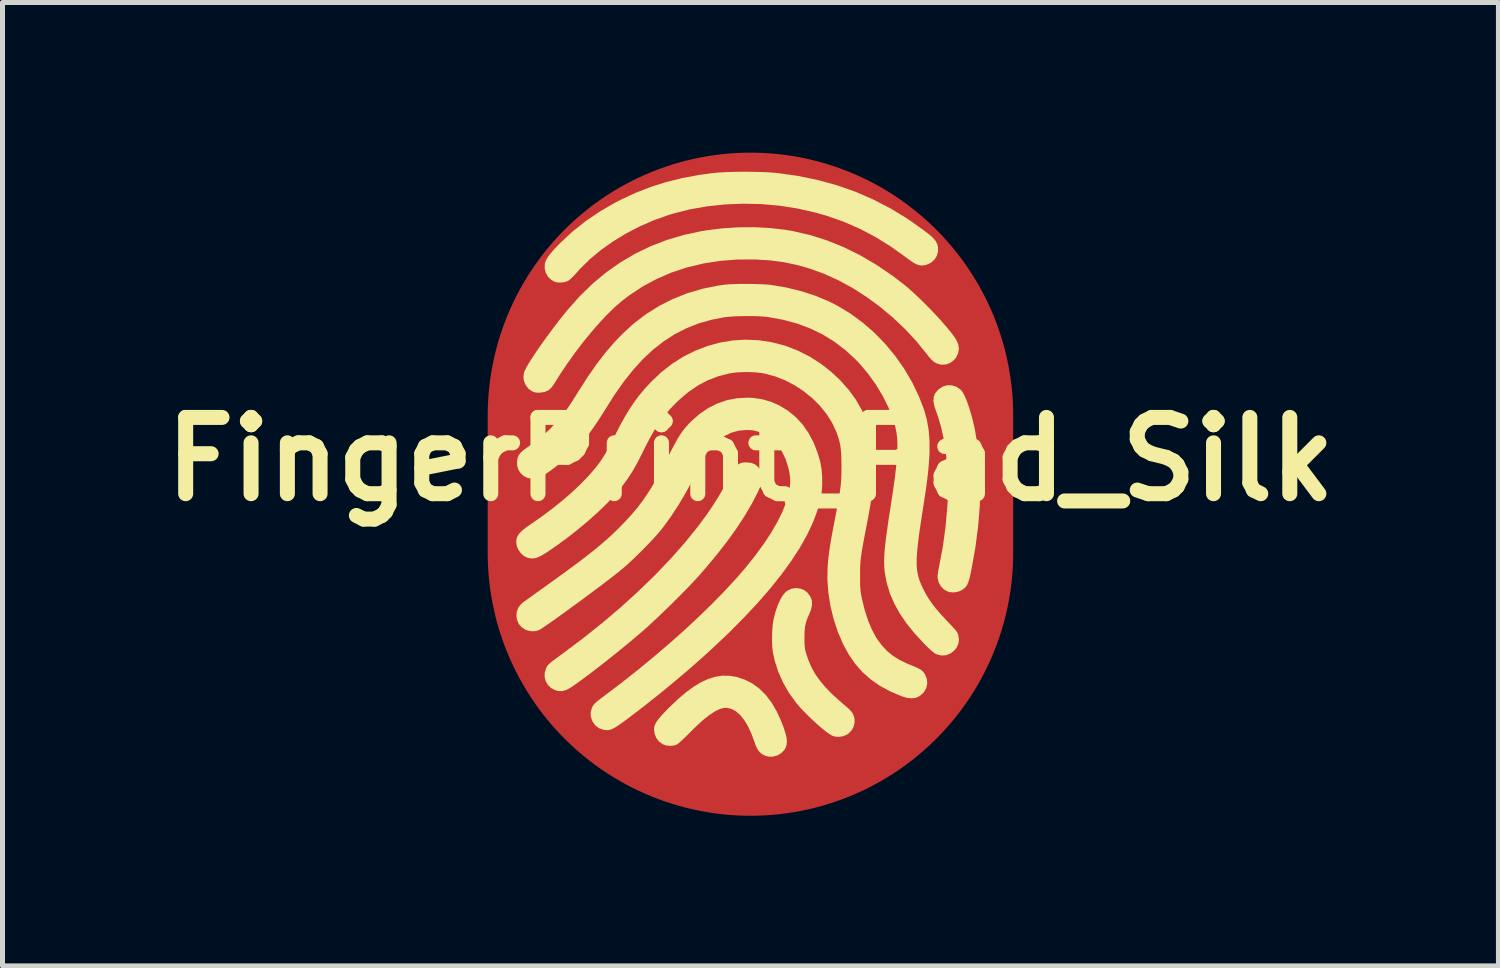
<source format=kicad_pcb>
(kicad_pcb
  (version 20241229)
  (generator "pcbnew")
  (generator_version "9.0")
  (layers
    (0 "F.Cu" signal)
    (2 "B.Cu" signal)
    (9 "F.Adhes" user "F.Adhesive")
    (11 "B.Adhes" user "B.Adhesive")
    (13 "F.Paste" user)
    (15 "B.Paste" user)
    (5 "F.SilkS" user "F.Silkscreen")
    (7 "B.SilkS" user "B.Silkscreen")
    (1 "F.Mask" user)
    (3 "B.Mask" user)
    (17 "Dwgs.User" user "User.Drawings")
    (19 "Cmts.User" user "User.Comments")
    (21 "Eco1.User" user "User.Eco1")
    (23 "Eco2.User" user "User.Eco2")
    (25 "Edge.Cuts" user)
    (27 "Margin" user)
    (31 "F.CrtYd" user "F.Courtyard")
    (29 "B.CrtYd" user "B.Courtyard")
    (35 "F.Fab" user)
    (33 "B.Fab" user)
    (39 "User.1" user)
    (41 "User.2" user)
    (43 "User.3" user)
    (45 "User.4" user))
  (footprint "FingerPrint_Pad_Silk"
    (layer "F.Cu")
    (at 11.945 6.125)
    (property "Reference" "FingerPrint_Pad_Silk" (at 0 0 0) (layer "F.SilkS") (effects (font (size 1.524 1.524) (thickness 0.3))))
    (attr board_only exclude_from_pos_files exclude_from_bom)
    (fp_poly (pts (xy 4.02 -1.476) (xy 4.107 -1.451) (xy 4.186 -1.4) (xy 4.213 -1.374) (xy 4.247 -1.327) (xy 4.284 -1.255) (xy 4.323 -1.163) (xy 4.362 -1.054) (xy 4.4 -0.93) (xy 4.437 -0.798) (xy 4.47 -0.658) (xy 4.486 -0.584) (xy 4.544 -0.231) (xy 4.58 0.139) (xy 4.593 0.524) (xy 4.583 0.923) (xy 4.55 1.335) (xy 4.495 1.761) (xy 4.417 2.197) (xy 4.41 2.234) (xy 4.388 2.334) (xy 4.369 2.41) (xy 4.35 2.467) (xy 4.33 2.511) (xy 4.306 2.547) (xy 4.29 2.566) (xy 4.228 2.615) (xy 4.15 2.648) (xy 4.065 2.662) (xy 3.981 2.657) (xy 3.944 2.646) (xy 3.868 2.604) (xy 3.805 2.54) (xy 3.761 2.463) (xy 3.74 2.377) (xy 3.739 2.352) (xy 3.742 2.311) (xy 3.75 2.251) (xy 3.762 2.18) (xy 3.774 2.12) (xy 3.846 1.737) (xy 3.9 1.336) (xy 3.936 0.919) (xy 3.939 0.87) (xy 3.948 0.606) (xy 3.944 0.341) (xy 3.927 0.079) (xy 3.899 -0.175) (xy 3.859 -0.417) (xy 3.809 -0.644) (xy 3.749 -0.85) (xy 3.708 -0.96) (xy 3.672 -1.07) (xy 3.656 -1.163) (xy 3.662 -1.243) (xy 3.69 -1.314) (xy 3.74 -1.377) (xy 3.766 -1.401) (xy 3.845 -1.452) (xy 3.932 -1.477)) (stroke (width 0) (type solid)) (fill yes) (layer "F.SilkS"))
    (fp_poly (pts (xy -0.424 4.327) (xy -0.285 4.35) (xy -0.281 4.351) (xy -0.114 4.405) (xy 0.04 4.483) (xy 0.181 4.587) (xy 0.31 4.716) (xy 0.427 4.871) (xy 0.531 5.051) (xy 0.619 5.246) (xy 0.668 5.375) (xy 0.702 5.483) (xy 0.722 5.572) (xy 0.728 5.648) (xy 0.721 5.713) (xy 0.701 5.769) (xy 0.678 5.808) (xy 0.618 5.872) (xy 0.542 5.918) (xy 0.457 5.943) (xy 0.371 5.945) (xy 0.308 5.93) (xy 0.241 5.899) (xy 0.188 5.858) (xy 0.145 5.803) (xy 0.108 5.729) (xy 0.08 5.649) (xy 0.018 5.482) (xy -0.05 5.336) (xy -0.124 5.213) (xy -0.204 5.114) (xy -0.287 5.04) (xy -0.375 4.991) (xy -0.464 4.969) (xy -0.531 4.97) (xy -0.615 4.993) (xy -0.711 5.04) (xy -0.819 5.111) (xy -0.941 5.207) (xy -1.075 5.329) (xy -1.199 5.45) (xy -1.266 5.518) (xy -1.33 5.58) (xy -1.387 5.633) (xy -1.432 5.673) (xy -1.463 5.697) (xy -1.47 5.702) (xy -1.534 5.723) (xy -1.611 5.728) (xy -1.689 5.719) (xy -1.75 5.697) (xy -1.827 5.642) (xy -1.883 5.568) (xy -1.917 5.48) (xy -1.926 5.399) (xy -1.922 5.353) (xy -1.908 5.306) (xy -1.882 5.256) (xy -1.841 5.198) (xy -1.785 5.13) (xy -1.71 5.05) (xy -1.635 4.973) (xy -1.461 4.806) (xy -1.296 4.665) (xy -1.14 4.549) (xy -0.989 4.458) (xy -0.844 4.391) (xy -0.702 4.348) (xy -0.563 4.326)) (stroke (width 0) (type solid)) (fill yes) (layer "F.SilkS"))
    (fp_poly (pts (xy 0.991 2.584) (xy 1.073 2.616) (xy 1.136 2.664) (xy 1.194 2.739) (xy 1.226 2.821) (xy 1.231 2.912) (xy 1.209 3.012) (xy 1.18 3.082) (xy 1.14 3.173) (xy 1.112 3.255) (xy 1.093 3.335) (xy 1.083 3.422) (xy 1.079 3.526) (xy 1.079 3.575) (xy 1.08 3.66) (xy 1.083 3.726) (xy 1.089 3.779) (xy 1.098 3.829) (xy 1.113 3.883) (xy 1.119 3.903) (xy 1.167 4.04) (xy 1.225 4.171) (xy 1.297 4.297) (xy 1.384 4.421) (xy 1.488 4.546) (xy 1.612 4.675) (xy 1.758 4.81) (xy 1.926 4.954) (xy 1.983 5.006) (xy 2.028 5.058) (xy 2.051 5.094) (xy 2.079 5.178) (xy 2.081 5.265) (xy 2.06 5.35) (xy 2.016 5.426) (xy 1.953 5.488) (xy 1.935 5.5) (xy 1.856 5.535) (xy 1.769 5.549) (xy 1.685 5.542) (xy 1.633 5.525) (xy 1.58 5.494) (xy 1.511 5.444) (xy 1.431 5.38) (xy 1.343 5.305) (xy 1.252 5.222) (xy 1.16 5.134) (xy 1.072 5.045) (xy 0.991 4.959) (xy 0.921 4.878) (xy 0.906 4.859) (xy 0.767 4.666) (xy 0.65 4.46) (xy 0.555 4.246) (xy 0.485 4.029) (xy 0.448 3.856) (xy 0.437 3.761) (xy 0.432 3.649) (xy 0.432 3.529) (xy 0.437 3.408) (xy 0.446 3.298) (xy 0.461 3.206) (xy 0.462 3.2) (xy 0.499 3.055) (xy 0.543 2.925) (xy 0.592 2.814) (xy 0.644 2.723) (xy 0.7 2.657) (xy 0.731 2.631) (xy 0.814 2.591) (xy 0.902 2.575)) (stroke (width 0) (type solid)) (fill yes) (layer "F.SilkS"))
    (fp_poly (pts (xy 0.018 0.074) (xy 0.096 0.106) (xy 0.159 0.16) (xy 0.204 0.229) (xy 0.229 0.286) (xy 0.242 0.341) (xy 0.241 0.4) (xy 0.227 0.466) (xy 0.198 0.546) (xy 0.154 0.644) (xy 0.147 0.66) (xy 0.024 0.896) (xy -0.118 1.137) (xy -0.28 1.384) (xy -0.463 1.639) (xy -0.669 1.903) (xy -0.899 2.179) (xy -1.027 2.326) (xy -1.112 2.419) (xy -1.215 2.528) (xy -1.33 2.647) (xy -1.456 2.774) (xy -1.587 2.904) (xy -1.72 3.033) (xy -1.851 3.158) (xy -1.975 3.274) (xy -2.089 3.378) (xy -2.14 3.423) (xy -2.269 3.534) (xy -2.412 3.654) (xy -2.565 3.78) (xy -2.723 3.908) (xy -2.884 4.036) (xy -3.043 4.16) (xy -3.196 4.277) (xy -3.34 4.385) (xy -3.47 4.48) (xy -3.579 4.556) (xy -3.67 4.608) (xy -3.755 4.633) (xy -3.838 4.633) (xy -3.899 4.617) (xy -3.982 4.574) (xy -4.047 4.512) (xy -4.091 4.435) (xy -4.113 4.35) (xy -4.11 4.26) (xy -4.085 4.181) (xy -4.074 4.156) (xy -4.062 4.135) (xy -4.046 4.114) (xy -4.024 4.092) (xy -3.993 4.065) (xy -3.95 4.03) (xy -3.891 3.986) (xy -3.814 3.93) (xy -3.75 3.883) (xy -3.344 3.578) (xy -2.955 3.268) (xy -2.585 2.953) (xy -2.235 2.635) (xy -1.906 2.316) (xy -1.601 1.997) (xy -1.32 1.68) (xy -1.066 1.366) (xy -1.025 1.312) (xy -0.883 1.12) (xy -0.759 0.94) (xy -0.648 0.766) (xy -0.546 0.59) (xy -0.449 0.407) (xy -0.435 0.379) (xy -0.394 0.297) (xy -0.362 0.236) (xy -0.337 0.192) (xy -0.315 0.161) (xy -0.295 0.139) (xy -0.272 0.122) (xy -0.251 0.108) (xy -0.208 0.084) (xy -0.17 0.071) (xy -0.125 0.065) (xy -0.078 0.064)) (stroke (width 0) (type solid)) (fill yes) (layer "F.SilkS"))
    (fp_poly (pts (xy 0.125 -5.74) (xy 0.278 -5.736) (xy 0.416 -5.728) (xy 0.534 -5.718) (xy 0.542 -5.717) (xy 0.955 -5.659) (xy 1.352 -5.577) (xy 1.735 -5.471) (xy 2.105 -5.341) (xy 2.464 -5.184) (xy 2.812 -5.003) (xy 3.151 -4.795) (xy 3.481 -4.56) (xy 3.565 -4.495) (xy 3.645 -4.426) (xy 3.7 -4.36) (xy 3.734 -4.294) (xy 3.747 -4.24) (xy 3.748 -4.147) (xy 3.723 -4.06) (xy 3.676 -3.986) (xy 3.609 -3.926) (xy 3.525 -3.887) (xy 3.493 -3.878) (xy 3.439 -3.87) (xy 3.389 -3.872) (xy 3.338 -3.885) (xy 3.283 -3.911) (xy 3.217 -3.952) (xy 3.136 -4.011) (xy 3.114 -4.028) (xy 2.808 -4.247) (xy 2.499 -4.439) (xy 2.183 -4.605) (xy 1.859 -4.746) (xy 1.523 -4.864) (xy 1.291 -4.93) (xy 0.939 -5.009) (xy 0.579 -5.065) (xy 0.215 -5.097) (xy -0.149 -5.105) (xy -0.511 -5.09) (xy -0.867 -5.052) (xy -1.214 -4.991) (xy -1.548 -4.906) (xy -1.634 -4.88) (xy -1.928 -4.775) (xy -2.214 -4.651) (xy -2.487 -4.509) (xy -2.746 -4.351) (xy -2.988 -4.179) (xy -3.209 -3.996) (xy -3.406 -3.801) (xy -3.474 -3.726) (xy -3.531 -3.663) (xy -3.584 -3.611) (xy -3.627 -3.574) (xy -3.65 -3.559) (xy -3.707 -3.54) (xy -3.777 -3.53) (xy -3.846 -3.53) (xy -3.902 -3.541) (xy -3.903 -3.541) (xy -3.984 -3.585) (xy -4.047 -3.648) (xy -4.091 -3.726) (xy -4.112 -3.814) (xy -4.108 -3.905) (xy -4.103 -3.926) (xy -4.085 -3.975) (xy -4.054 -4.03) (xy -4.007 -4.094) (xy -3.944 -4.169) (xy -3.861 -4.258) (xy -3.803 -4.317) (xy -3.555 -4.548) (xy -3.288 -4.76) (xy -3.001 -4.954) (xy -2.693 -5.132) (xy -2.583 -5.188) (xy -2.289 -5.324) (xy -1.991 -5.44) (xy -1.685 -5.537) (xy -1.366 -5.616) (xy -1.029 -5.679) (xy -0.749 -5.717) (xy -0.639 -5.727) (xy -0.506 -5.735) (xy -0.357 -5.74) (xy -0.198 -5.743) (xy -0.036 -5.743)) (stroke (width 0) (type solid)) (fill yes) (layer "F.SilkS"))
    (fp_poly (pts (xy 0.39 -4.619) (xy 0.691 -4.584) (xy 0.842 -4.559) (xy 1.188 -4.479) (xy 1.528 -4.372) (xy 1.864 -4.236) (xy 2.195 -4.073) (xy 2.521 -3.881) (xy 2.843 -3.662) (xy 3.057 -3.498) (xy 3.157 -3.416) (xy 3.264 -3.32) (xy 3.378 -3.213) (xy 3.493 -3.1) (xy 3.608 -2.983) (xy 3.72 -2.865) (xy 3.824 -2.75) (xy 3.919 -2.64) (xy 4.002 -2.54) (xy 4.068 -2.452) (xy 4.115 -2.38) (xy 4.154 -2.289) (xy 4.165 -2.198) (xy 4.148 -2.109) (xy 4.105 -2.027) (xy 4.066 -1.981) (xy 3.99 -1.923) (xy 3.907 -1.892) (xy 3.817 -1.889) (xy 3.772 -1.897) (xy 3.718 -1.915) (xy 3.67 -1.942) (xy 3.623 -1.982) (xy 3.57 -2.04) (xy 3.522 -2.102) (xy 3.317 -2.355) (xy 3.091 -2.598) (xy 2.848 -2.828) (xy 2.592 -3.042) (xy 2.324 -3.239) (xy 2.05 -3.415) (xy 1.771 -3.568) (xy 1.492 -3.695) (xy 1.459 -3.709) (xy 1.188 -3.807) (xy 0.925 -3.882) (xy 0.661 -3.937) (xy 0.389 -3.973) (xy 0.102 -3.99) (xy 0.093 -3.991) (xy -0.265 -3.989) (xy -0.612 -3.962) (xy -0.946 -3.909) (xy -1.268 -3.832) (xy -1.576 -3.73) (xy -1.871 -3.603) (xy -2.153 -3.451) (xy -2.42 -3.275) (xy -2.554 -3.173) (xy -2.699 -3.049) (xy -2.852 -2.901) (xy -3.011 -2.733) (xy -3.173 -2.547) (xy -3.337 -2.347) (xy -3.499 -2.135) (xy -3.657 -1.914) (xy -3.809 -1.688) (xy -3.926 -1.5) (xy -3.982 -1.424) (xy -4.042 -1.373) (xy -4.112 -1.343) (xy -4.199 -1.33) (xy -4.201 -1.33) (xy -4.264 -1.329) (xy -4.31 -1.336) (xy -4.351 -1.351) (xy -4.364 -1.357) (xy -4.436 -1.408) (xy -4.49 -1.478) (xy -4.525 -1.56) (xy -4.537 -1.647) (xy -4.524 -1.734) (xy -4.521 -1.742) (xy -4.498 -1.794) (xy -4.459 -1.866) (xy -4.406 -1.954) (xy -4.34 -2.056) (xy -4.265 -2.169) (xy -4.181 -2.29) (xy -4.09 -2.417) (xy -3.995 -2.546) (xy -3.898 -2.675) (xy -3.8 -2.802) (xy -3.703 -2.923) (xy -3.654 -2.982) (xy -3.409 -3.259) (xy -3.151 -3.509) (xy -2.88 -3.734) (xy -2.597 -3.933) (xy -2.301 -4.107) (xy -1.991 -4.257) (xy -1.668 -4.381) (xy -1.33 -4.481) (xy -0.977 -4.557) (xy -0.878 -4.573) (xy -0.563 -4.612) (xy -0.243 -4.633) (xy 0.077 -4.635)) (stroke (width 0) (type solid)) (fill yes) (layer "F.SilkS"))
    (fp_poly (pts (xy 0.057 -1.224) (xy 0.232 -1.198) (xy 0.409 -1.147) (xy 0.576 -1.074) (xy 0.749 -0.969) (xy 0.905 -0.841) (xy 1.043 -0.692) (xy 1.162 -0.52) (xy 1.264 -0.328) (xy 1.346 -0.115) (xy 1.394 0.051) (xy 1.42 0.192) (xy 1.433 0.348) (xy 1.434 0.511) (xy 1.422 0.669) (xy 1.401 0.794) (xy 1.339 1.023) (xy 1.25 1.261) (xy 1.134 1.508) (xy 0.991 1.763) (xy 0.82 2.027) (xy 0.623 2.299) (xy 0.399 2.58) (xy 0.148 2.869) (xy -0.13 3.166) (xy -0.434 3.472) (xy -0.765 3.785) (xy -1.006 4.003) (xy -1.265 4.23) (xy -1.541 4.463) (xy -1.826 4.697) (xy -2.112 4.924) (xy -2.39 5.137) (xy -2.445 5.179) (xy -2.545 5.253) (xy -2.627 5.311) (xy -2.693 5.354) (xy -2.748 5.384) (xy -2.794 5.403) (xy -2.837 5.413) (xy -2.878 5.414) (xy -2.922 5.409) (xy -2.94 5.406) (xy -3.025 5.376) (xy -3.097 5.322) (xy -3.153 5.246) (xy -3.157 5.238) (xy -3.189 5.151) (xy -3.194 5.066) (xy -3.172 4.98) (xy -3.162 4.957) (xy -3.148 4.929) (xy -3.13 4.904) (xy -3.107 4.877) (xy -3.072 4.847) (xy -3.024 4.808) (xy -2.959 4.758) (xy -2.904 4.717) (xy -2.568 4.462) (xy -2.238 4.201) (xy -1.916 3.936) (xy -1.604 3.669) (xy -1.305 3.403) (xy -1.021 3.138) (xy -0.754 2.878) (xy -0.506 2.624) (xy -0.28 2.379) (xy -0.093 2.162) (xy 0.098 1.923) (xy 0.267 1.692) (xy 0.413 1.47) (xy 0.537 1.257) (xy 0.637 1.055) (xy 0.713 0.863) (xy 0.764 0.684) (xy 0.786 0.565) (xy 0.795 0.46) (xy 0.792 0.362) (xy 0.777 0.259) (xy 0.755 0.161) (xy 0.699 -0.009) (xy 0.627 -0.158) (xy 0.538 -0.287) (xy 0.435 -0.395) (xy 0.319 -0.48) (xy 0.191 -0.54) (xy 0.053 -0.576) (xy -0.071 -0.585) (xy -0.229 -0.571) (xy -0.38 -0.53) (xy -0.523 -0.462) (xy -0.657 -0.368) (xy -0.779 -0.25) (xy -0.807 -0.218) (xy -0.846 -0.166) (xy -0.888 -0.1) (xy -0.935 -0.017) (xy -0.989 0.088) (xy -1.022 0.155) (xy -1.163 0.433) (xy -1.301 0.685) (xy -1.438 0.916) (xy -1.577 1.128) (xy -1.718 1.324) (xy -1.792 1.42) (xy -1.858 1.498) (xy -1.94 1.59) (xy -2.036 1.691) (xy -2.139 1.797) (xy -2.247 1.904) (xy -2.353 2.006) (xy -2.454 2.1) (xy -2.546 2.18) (xy -2.569 2.199) (xy -2.633 2.252) (xy -2.715 2.316) (xy -2.81 2.39) (xy -2.917 2.472) (xy -3.033 2.559) (xy -3.156 2.651) (xy -3.282 2.745) (xy -3.41 2.84) (xy -3.538 2.933) (xy -3.662 3.024) (xy -3.78 3.109) (xy -3.889 3.188) (xy -3.988 3.258) (xy -4.074 3.317) (xy -4.144 3.365) (xy -4.196 3.398) (xy -4.223 3.414) (xy -4.294 3.436) (xy -4.376 3.438) (xy -4.46 3.421) (xy -4.506 3.402) (xy -4.579 3.351) (xy -4.633 3.285) (xy -4.665 3.207) (xy -4.677 3.124) (xy -4.667 3.041) (xy -4.635 2.962) (xy -4.58 2.893) (xy -4.556 2.872) (xy -4.531 2.853) (xy -4.486 2.82) (xy -4.424 2.776) (xy -4.35 2.722) (xy -4.266 2.662) (xy -4.175 2.597) (xy -4.145 2.576) (xy -3.932 2.423) (xy -3.74 2.284) (xy -3.569 2.158) (xy -3.414 2.043) (xy -3.276 1.937) (xy -3.151 1.839) (xy -3.037 1.746) (xy -2.933 1.658) (xy -2.836 1.572) (xy -2.744 1.488) (xy -2.656 1.402) (xy -2.611 1.357) (xy -2.482 1.224) (xy -2.365 1.095) (xy -2.257 0.967) (xy -2.157 0.835) (xy -2.061 0.696) (xy -1.966 0.546) (xy -1.87 0.381) (xy -1.771 0.198) (xy -1.665 -0.008) (xy -1.652 -0.036) (xy -1.58 -0.178) (xy -1.517 -0.297) (xy -1.461 -0.398) (xy -1.409 -0.483) (xy -1.358 -0.557) (xy -1.307 -0.623) (xy -1.253 -0.685) (xy -1.194 -0.747) (xy -1.192 -0.749) (xy -1.025 -0.897) (xy -0.85 -1.018) (xy -0.666 -1.111) (xy -0.473 -1.178) (xy -0.271 -1.217) (xy -0.061 -1.229)) (stroke (width 0) (type solid)) (fill yes) (layer "F.SilkS"))
    (fp_poly (pts (xy 0.016 -3.501) (xy 0.123 -3.498) (xy 0.223 -3.495) (xy 0.31 -3.491) (xy 0.376 -3.486) (xy 0.392 -3.484) (xy 0.703 -3.433) (xy 1.004 -3.36) (xy 1.293 -3.267) (xy 1.565 -3.153) (xy 1.727 -3.072) (xy 1.989 -2.915) (xy 2.238 -2.733) (xy 2.473 -2.53) (xy 2.691 -2.306) (xy 2.891 -2.064) (xy 3.072 -1.807) (xy 3.231 -1.536) (xy 3.367 -1.252) (xy 3.47 -0.986) (xy 3.524 -0.792) (xy 3.56 -0.587) (xy 3.578 -0.366) (xy 3.578 -0.127) (xy 3.568 0.043) (xy 3.561 0.131) (xy 3.554 0.215) (xy 3.545 0.298) (xy 3.535 0.385) (xy 3.523 0.48) (xy 3.508 0.585) (xy 3.49 0.707) (xy 3.469 0.848) (xy 3.443 1.012) (xy 3.439 1.042) (xy 3.406 1.256) (xy 3.378 1.444) (xy 3.356 1.609) (xy 3.339 1.754) (xy 3.328 1.881) (xy 3.322 1.992) (xy 3.321 2.091) (xy 3.325 2.178) (xy 3.336 2.258) (xy 3.351 2.332) (xy 3.372 2.404) (xy 3.398 2.474) (xy 3.43 2.547) (xy 3.445 2.578) (xy 3.5 2.686) (xy 3.561 2.788) (xy 3.631 2.889) (xy 3.713 2.994) (xy 3.81 3.106) (xy 3.925 3.23) (xy 3.969 3.276) (xy 4.037 3.348) (xy 4.088 3.404) (xy 4.122 3.448) (xy 4.143 3.482) (xy 4.151 3.504) (xy 4.166 3.601) (xy 4.155 3.689) (xy 4.116 3.77) (xy 4.069 3.826) (xy 3.992 3.885) (xy 3.906 3.918) (xy 3.816 3.923) (xy 3.725 3.901) (xy 3.71 3.895) (xy 3.668 3.869) (xy 3.611 3.822) (xy 3.538 3.754) (xy 3.468 3.684) (xy 3.28 3.481) (xy 3.12 3.283) (xy 2.986 3.087) (xy 2.877 2.891) (xy 2.791 2.695) (xy 2.729 2.495) (xy 2.689 2.296) (xy 2.679 2.219) (xy 2.673 2.139) (xy 2.671 2.054) (xy 2.673 1.961) (xy 2.679 1.857) (xy 2.69 1.739) (xy 2.705 1.605) (xy 2.725 1.452) (xy 2.75 1.277) (xy 2.78 1.078) (xy 2.789 1.02) (xy 2.827 0.778) (xy 2.859 0.562) (xy 2.885 0.369) (xy 2.906 0.198) (xy 2.921 0.045) (xy 2.931 -0.092) (xy 2.936 -0.214) (xy 2.936 -0.324) (xy 2.93 -0.424) (xy 2.92 -0.517) (xy 2.904 -0.604) (xy 2.884 -0.689) (xy 2.859 -0.773) (xy 2.853 -0.79) (xy 2.762 -1.024) (xy 2.646 -1.258) (xy 2.509 -1.486) (xy 2.354 -1.704) (xy 2.183 -1.906) (xy 2.099 -1.994) (xy 1.891 -2.185) (xy 1.672 -2.351) (xy 1.44 -2.493) (xy 1.195 -2.612) (xy 0.934 -2.709) (xy 0.655 -2.785) (xy 0.358 -2.839) (xy 0.342 -2.842) (xy 0.258 -2.85) (xy 0.152 -2.856) (xy 0.031 -2.859) (xy -0.096 -2.859) (xy -0.224 -2.857) (xy -0.344 -2.852) (xy -0.45 -2.844) (xy -0.528 -2.835) (xy -0.792 -2.783) (xy -1.043 -2.71) (xy -1.282 -2.615) (xy -1.511 -2.498) (xy -1.731 -2.357) (xy -1.942 -2.192) (xy -2.146 -2.002) (xy -2.343 -1.786) (xy -2.535 -1.544) (xy -2.723 -1.275) (xy -2.82 -1.122) (xy -2.921 -0.961) (xy -3.01 -0.821) (xy -3.091 -0.699) (xy -3.166 -0.591) (xy -3.238 -0.495) (xy -3.31 -0.406) (xy -3.383 -0.322) (xy -3.46 -0.238) (xy -3.545 -0.151) (xy -3.554 -0.142) (xy -3.643 -0.058) (xy -3.741 0.029) (xy -3.843 0.113) (xy -3.945 0.192) (xy -4.041 0.261) (xy -4.127 0.316) (xy -4.177 0.344) (xy -4.276 0.381) (xy -4.37 0.391) (xy -4.458 0.374) (xy -4.538 0.33) (xy -4.591 0.28) (xy -4.638 0.21) (xy -4.661 0.131) (xy -4.663 0.043) (xy -4.654 -0.019) (xy -4.634 -0.073) (xy -4.599 -0.122) (xy -4.546 -0.172) (xy -4.471 -0.228) (xy -4.442 -0.247) (xy -4.217 -0.413) (xy -4.008 -0.6) (xy -3.813 -0.812) (xy -3.692 -0.964) (xy -3.657 -1.013) (xy -3.612 -1.08) (xy -3.559 -1.16) (xy -3.503 -1.248) (xy -3.447 -1.338) (xy -3.432 -1.362) (xy -3.255 -1.639) (xy -3.081 -1.89) (xy -2.907 -2.117) (xy -2.731 -2.323) (xy -2.551 -2.51) (xy -2.366 -2.68) (xy -2.326 -2.715) (xy -2.083 -2.9) (xy -1.824 -3.063) (xy -1.55 -3.201) (xy -1.263 -3.315) (xy -0.963 -3.404) (xy -0.652 -3.467) (xy -0.635 -3.47) (xy -0.56 -3.481) (xy -0.488 -3.489) (xy -0.414 -3.495) (xy -0.331 -3.498) (xy -0.233 -3.501) (xy -0.114 -3.501) (xy -0.093 -3.501)) (stroke (width 0) (type solid)) (fill yes) (layer "F.SilkS"))
    (fp_poly (pts (xy 0.159 -2.377) (xy 0.417 -2.339) (xy 0.673 -2.273) (xy 0.713 -2.26) (xy 0.952 -2.167) (xy 1.182 -2.05) (xy 1.4 -1.912) (xy 1.604 -1.754) (xy 1.791 -1.58) (xy 1.96 -1.39) (xy 2.106 -1.189) (xy 2.228 -0.976) (xy 2.248 -0.935) (xy 2.328 -0.746) (xy 2.39 -0.553) (xy 2.434 -0.353) (xy 2.461 -0.141) (xy 2.471 0.087) (xy 2.466 0.332) (xy 2.461 0.419) (xy 2.453 0.509) (xy 2.442 0.604) (xy 2.428 0.708) (xy 2.411 0.825) (xy 2.388 0.958) (xy 2.361 1.112) (xy 2.328 1.288) (xy 2.319 1.334) (xy 2.289 1.49) (xy 2.264 1.622) (xy 2.244 1.732) (xy 2.228 1.826) (xy 2.216 1.905) (xy 2.206 1.974) (xy 2.2 2.037) (xy 2.195 2.096) (xy 2.192 2.156) (xy 2.191 2.219) (xy 2.191 2.291) (xy 2.191 2.333) (xy 2.191 2.436) (xy 2.192 2.517) (xy 2.196 2.582) (xy 2.201 2.639) (xy 2.209 2.694) (xy 2.22 2.754) (xy 2.23 2.799) (xy 2.285 3.022) (xy 2.351 3.225) (xy 2.426 3.405) (xy 2.51 3.56) (xy 2.533 3.596) (xy 2.626 3.722) (xy 2.726 3.83) (xy 2.839 3.923) (xy 2.968 4.005) (xy 3.118 4.079) (xy 3.221 4.122) (xy 3.307 4.157) (xy 3.371 4.188) (xy 3.418 4.217) (xy 3.452 4.249) (xy 3.48 4.287) (xy 3.488 4.3) (xy 3.524 4.389) (xy 3.533 4.48) (xy 3.515 4.568) (xy 3.47 4.65) (xy 3.456 4.667) (xy 3.388 4.729) (xy 3.31 4.767) (xy 3.221 4.779) (xy 3.119 4.767) (xy 3.019 4.736) (xy 2.79 4.639) (xy 2.585 4.528) (xy 2.402 4.4) (xy 2.24 4.256) (xy 2.095 4.092) (xy 1.967 3.907) (xy 1.853 3.7) (xy 1.848 3.689) (xy 1.745 3.448) (xy 1.662 3.194) (xy 1.598 2.932) (xy 1.557 2.668) (xy 1.537 2.406) (xy 1.542 2.153) (xy 1.542 2.152) (xy 1.549 2.056) (xy 1.559 1.959) (xy 1.572 1.857) (xy 1.588 1.747) (xy 1.608 1.623) (xy 1.634 1.481) (xy 1.664 1.319) (xy 1.682 1.227) (xy 1.714 1.063) (xy 1.74 0.922) (xy 1.762 0.802) (xy 1.779 0.699) (xy 1.793 0.608) (xy 1.803 0.526) (xy 1.81 0.449) (xy 1.815 0.373) (xy 1.817 0.295) (xy 1.818 0.21) (xy 1.819 0.136) (xy 1.817 0.001) (xy 1.813 -0.112) (xy 1.805 -0.207) (xy 1.792 -0.293) (xy 1.773 -0.374) (xy 1.748 -0.456) (xy 1.716 -0.546) (xy 1.714 -0.55) (xy 1.629 -0.731) (xy 1.52 -0.904) (xy 1.388 -1.067) (xy 1.237 -1.218) (xy 1.069 -1.354) (xy 0.888 -1.474) (xy 0.696 -1.574) (xy 0.496 -1.653) (xy 0.291 -1.709) (xy 0.237 -1.719) (xy 0.122 -1.733) (xy -0.009 -1.74) (xy -0.146 -1.74) (xy -0.278 -1.733) (xy -0.396 -1.718) (xy -0.429 -1.712) (xy -0.646 -1.656) (xy -0.85 -1.578) (xy -1.044 -1.476) (xy -1.231 -1.349) (xy -1.413 -1.196) (xy -1.485 -1.127) (xy -1.589 -1.02) (xy -1.684 -0.913) (xy -1.771 -0.801) (xy -1.855 -0.681) (xy -1.937 -0.549) (xy -2.02 -0.401) (xy -2.108 -0.232) (xy -2.166 -0.114) (xy -2.264 0.079) (xy -2.363 0.252) (xy -2.467 0.411) (xy -2.58 0.563) (xy -2.708 0.714) (xy -2.855 0.871) (xy -2.896 0.912) (xy -3.061 1.071) (xy -3.246 1.236) (xy -3.445 1.403) (xy -3.653 1.566) (xy -3.863 1.72) (xy -4.017 1.827) (xy -4.112 1.888) (xy -4.189 1.933) (xy -4.253 1.963) (xy -4.309 1.98) (xy -4.361 1.984) (xy -4.415 1.978) (xy -4.458 1.968) (xy -4.524 1.936) (xy -4.585 1.882) (xy -4.634 1.814) (xy -4.668 1.738) (xy -4.68 1.661) (xy -4.68 1.659) (xy -4.675 1.598) (xy -4.656 1.542) (xy -4.622 1.489) (xy -4.569 1.433) (xy -4.495 1.373) (xy -4.405 1.31) (xy -4.182 1.155) (xy -3.966 0.994) (xy -3.762 0.83) (xy -3.573 0.667) (xy -3.402 0.507) (xy -3.253 0.353) (xy -3.224 0.321) (xy -3.143 0.228) (xy -3.074 0.144) (xy -3.012 0.063) (xy -2.956 -0.019) (xy -2.901 -0.107) (xy -2.845 -0.206) (xy -2.784 -0.321) (xy -2.716 -0.458) (xy -2.713 -0.464) (xy -2.612 -0.661) (xy -2.516 -0.836) (xy -2.422 -0.992) (xy -2.327 -1.135) (xy -2.228 -1.268) (xy -2.122 -1.396) (xy -2.005 -1.524) (xy -1.984 -1.546) (xy -1.782 -1.737) (xy -1.567 -1.905) (xy -1.341 -2.049) (xy -1.105 -2.167) (xy -0.861 -2.261) (xy -0.611 -2.33) (xy -0.357 -2.372) (xy -0.099 -2.388)) (stroke (width 0) (type solid)) (fill yes) (layer "F.SilkS"))
    (pad "1" smd oval (at 0 0.5) (size 10.5 13.25) (layers "F.Cu")))
  (gr_rect
    (start -3 -3)
    (end 26.891 16.25)
    (stroke (width 0.1) (type default))
    (fill no)
    (layer "Edge.Cuts")))
</source>
